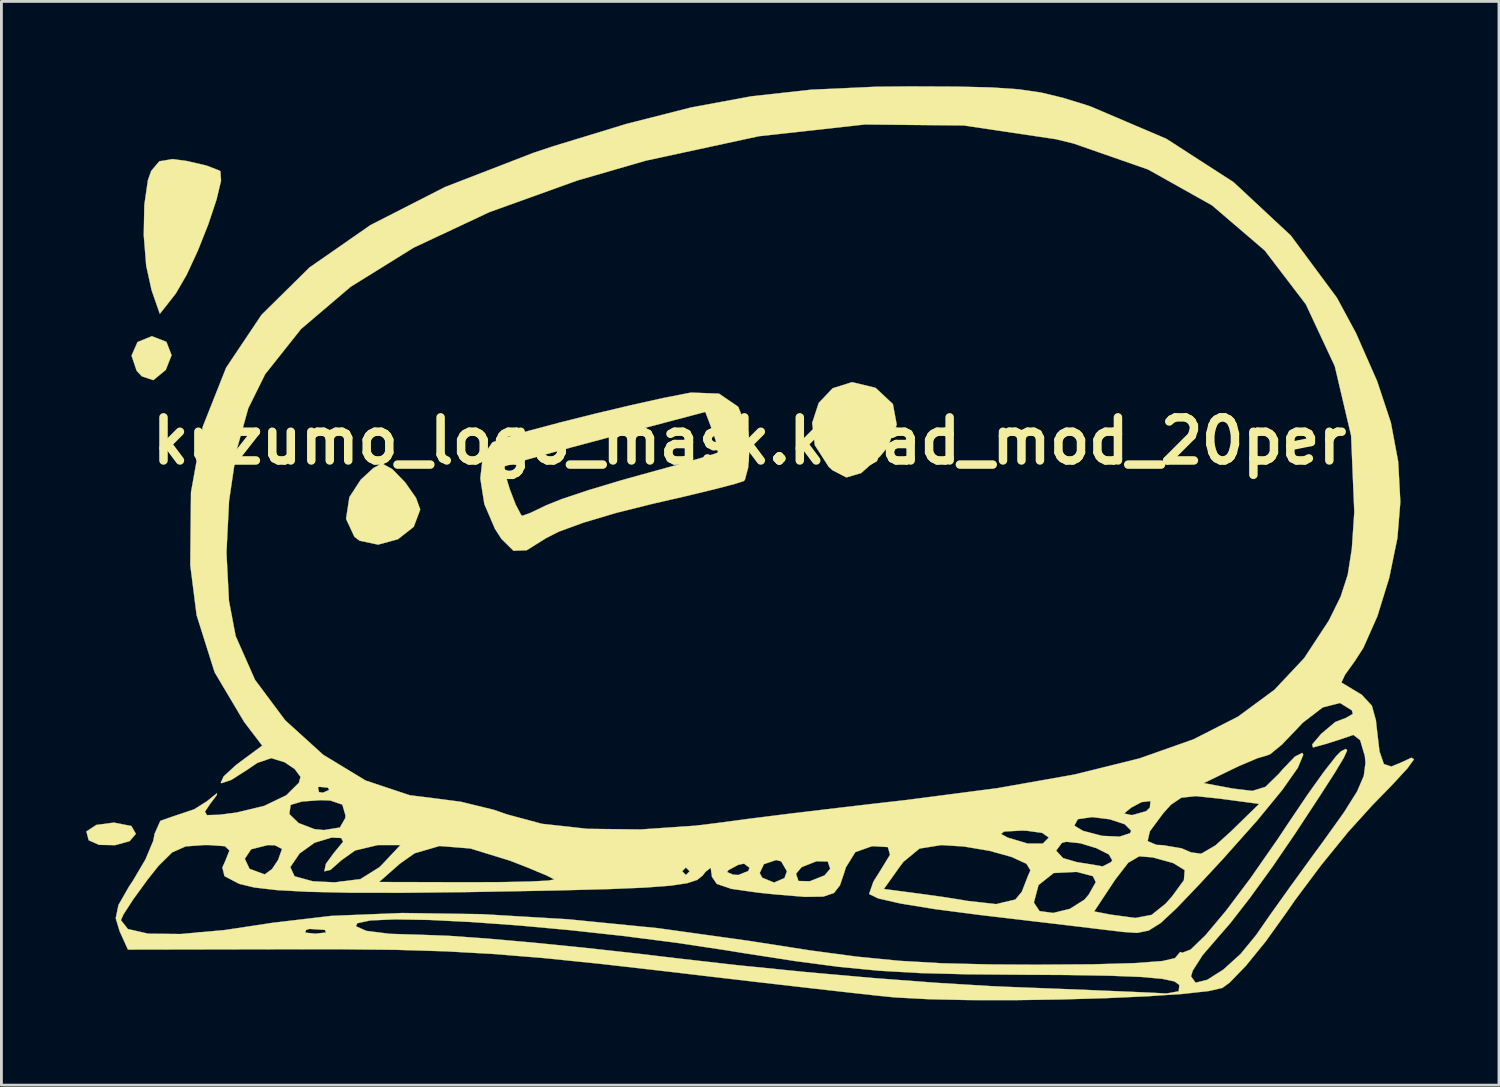
<source format=kicad_pcb>
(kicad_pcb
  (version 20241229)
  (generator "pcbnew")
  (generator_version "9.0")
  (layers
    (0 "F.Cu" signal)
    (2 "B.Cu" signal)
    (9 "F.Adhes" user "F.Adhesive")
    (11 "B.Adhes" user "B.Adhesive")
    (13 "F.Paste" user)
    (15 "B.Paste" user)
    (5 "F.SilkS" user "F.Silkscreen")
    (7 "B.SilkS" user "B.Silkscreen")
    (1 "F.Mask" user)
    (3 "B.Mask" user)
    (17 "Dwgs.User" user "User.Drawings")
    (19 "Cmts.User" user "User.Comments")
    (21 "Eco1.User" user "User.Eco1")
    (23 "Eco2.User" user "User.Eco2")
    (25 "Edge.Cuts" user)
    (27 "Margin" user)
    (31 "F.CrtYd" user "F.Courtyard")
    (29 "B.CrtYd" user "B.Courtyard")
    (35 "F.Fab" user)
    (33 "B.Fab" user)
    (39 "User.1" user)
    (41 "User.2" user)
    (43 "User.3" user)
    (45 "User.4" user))
  (footprint "kuzumo_logo_mask.kicad_mod_20per"
    (layer "F.Cu")
    (at 23.45 12.541)
    (property "Reference" "kuzumo_logo_mask.kicad_mod_20per" (at 0 0 0) (layer "F.SilkS") (effects (font (size 1.524 1.524) (thickness 0.3))))
    (attr through_hole)
    (fp_poly (pts (xy -21.855 13.614) (xy -21.696 13.891) (xy -21.918 14.15) (xy -22.43 14.291) (xy -22.998 14.28) (xy -23.364 14.118) (xy -23.445 13.807) (xy -23.095 13.576) (xy -22.474 13.494) (xy -21.855 13.614)) (stroke (width 0.01) (type solid)) (fill yes) (layer "F.SilkS"))
    (fp_poly (pts (xy -20.616 -3.504) (xy -20.434 -3.032) (xy -20.64 -2.51) (xy -21.081 -2.15) (xy -21.484 -2.285) (xy -21.668 -2.48) (xy -21.849 -3.017) (xy -21.638 -3.497) (xy -21.13 -3.704) (xy -20.616 -3.504)) (stroke (width 0.01) (type solid)) (fill yes) (layer "F.SilkS"))
    (fp_poly (pts (xy -12.631 0.994) (xy -12.173 1.466) (xy -11.79 2.014) (xy -11.642 2.423) (xy -11.871 3.035) (xy -12.431 3.475) (xy -13.133 3.665) (xy -13.789 3.526) (xy -13.97 3.387) (xy -14.265 2.754) (xy -14.147 1.988) (xy -13.748 1.373) (xy -13.3 0.959) (xy -13 0.794) (xy -12.631 0.994)) (stroke (width 0.01) (type solid)) (fill yes) (layer "F.SilkS"))
    (fp_poly (pts (xy 4.437 -1.884) (xy 4.47 -1.867) (xy 5.069 -1.306) (xy 5.206 -0.574) (xy 4.876 0.229) (xy 4.614 0.546) (xy 3.947 1.135) (xy 3.425 1.289) (xy 2.93 1.032) (xy 2.797 0.908) (xy 2.31 0.15) (xy 2.216 -0.638) (xy 2.448 -1.346) (xy 2.94 -1.863) (xy 3.625 -2.079) (xy 4.437 -1.884)) (stroke (width 0.01) (type solid)) (fill yes) (layer "F.SilkS"))
    (fp_poly (pts (xy -19.896 -9.899) (xy -19.2 -9.737) (xy -18.746 -9.562) (xy -18.706 -9.533) (xy -18.685 -9.201) (xy -18.845 -8.531) (xy -19.135 -7.661) (xy -19.504 -6.73) (xy -19.901 -5.874) (xy -20.274 -5.231) (xy -20.341 -5.14) (xy -20.849 -4.494) (xy -21.14 -5.329) (xy -21.331 -6.197) (xy -21.417 -7.271) (xy -21.397 -8.347) (xy -21.27 -9.223) (xy -21.152 -9.552) (xy -20.866 -9.889) (xy -20.397 -9.966) (xy -19.896 -9.899)) (stroke (width 0.01) (type solid)) (fill yes) (layer "F.SilkS"))
    (fp_poly (pts (xy -1.08 -1.674) (xy -0.4 -1.21) (xy -0.047 -0.342) (xy 0 0.249) (xy -0.047 0.942) (xy -0.163 1.372) (xy -0.203 1.417) (xy -0.527 1.521) (xy -1.259 1.712) (xy -2.287 1.96) (xy -3.444 2.226) (xy -4.721 2.545) (xy -5.869 2.887) (xy -6.752 3.21) (xy -7.199 3.439) (xy -7.877 3.864) (xy -8.346 3.882) (xy -8.77 3.463) (xy -8.999 3.109) (xy -9.375 2.233) (xy -9.518 1.323) (xy -9.469 0.9) (xy -8.661 0.9) (xy -8.638 1.173) (xy -8.479 1.699) (xy -8.266 2.252) (xy -8.079 2.609) (xy -8.031 2.646) (xy -7.735 2.538) (xy -7.197 2.279) (xy -6.639 2.055) (xy -5.718 1.747) (xy -4.582 1.405) (xy -3.836 1.196) (xy -2.733 0.893) (xy -1.841 0.639) (xy -1.269 0.465) (xy -1.117 0.409) (xy -1.146 0.141) (xy -1.303 -0.344) (xy -1.562 -1.027) (xy -5.075 -0.1) (xy -6.357 0.242) (xy -7.441 0.538) (xy -8.23 0.761) (xy -8.631 0.886) (xy -8.661 0.9) (xy -9.469 0.9) (xy -9.427 0.543) (xy -9.097 0.058) (xy -9.062 0.038) (xy -8.616 -0.124) (xy -7.78 -0.366) (xy -6.679 -0.659) (xy -5.439 -0.969) (xy -4.187 -1.266) (xy -3.05 -1.519) (xy -2.152 -1.695) (xy -2.061 -1.71) (xy -1.08 -1.674)) (stroke (width 0.01) (type solid)) (fill yes) (layer "F.SilkS"))
    (fp_poly (pts (xy 7.333 -12.529) (xy 8.57 -12.499) (xy 9.524 -12.433) (xy 10.315 -12.317) (xy 11.067 -12.136) (xy 11.902 -11.879) (xy 12.059 -11.827) (xy 14.738 -10.684) (xy 17.113 -9.151) (xy 19.138 -7.264) (xy 20.769 -5.063) (xy 21.441 -3.817) (xy 22.194 -2.107) (xy 22.677 -0.649) (xy 22.935 0.728) (xy 23.012 2.155) (xy 22.908 3.43) (xy 22.619 4.839) (xy 22.2 6.196) (xy 21.703 7.316) (xy 21.402 7.783) (xy 21.053 8.27) (xy 20.931 8.536) (xy 20.938 8.547) (xy 21.647 8.974) (xy 22.005 9.361) (xy 22.148 9.877) (xy 22.169 10.081) (xy 22.274 10.974) (xy 22.429 11.423) (xy 22.692 11.511) (xy 23.015 11.379) (xy 23.403 11.2) (xy 23.494 11.253) (xy 23.265 11.572) (xy 22.692 12.193) (xy 22.024 12.877) (xy 21.174 13.815) (xy 20.209 15.001) (xy 19.29 16.231) (xy 18.965 16.7) (xy 18.248 17.699) (xy 17.553 18.554) (xy 16.978 19.148) (xy 16.719 19.338) (xy 16.24 19.449) (xy 15.331 19.549) (xy 14.091 19.633) (xy 12.617 19.7) (xy 11.009 19.747) (xy 9.365 19.771) (xy 7.784 19.769) (xy 6.365 19.739) (xy 5.206 19.678) (xy 5.027 19.663) (xy 4.438 19.603) (xy 3.411 19.489) (xy 2.032 19.333) (xy 0.387 19.144) (xy -1.436 18.931) (xy -2.91 18.757) (xy -5.281 18.486) (xy -7.276 18.283) (xy -9.044 18.139) (xy -10.734 18.045) (xy -12.493 17.992) (xy -14.47 17.972) (xy -15.816 17.971) (xy -21.976 17.983) (xy -22.272 17.332) (xy -22.387 16.943) (xy -22.225 16.943) (xy -21.978 17.257) (xy -21.26 17.421) (xy -20.111 17.433) (xy -19.563 17.384) (xy -15.71 17.384) (xy -15.346 17.421) (xy -14.97 17.379) (xy -15.015 17.287) (xy -15.557 17.252) (xy -15.677 17.287) (xy -15.71 17.384) (xy -19.563 17.384) (xy -18.568 17.294) (xy -17.67 17.159) (xy -13.915 17.159) (xy -13.546 17.322) (xy -12.719 17.426) (xy -11.525 17.463) (xy -10.638 17.496) (xy -9.329 17.589) (xy -7.702 17.732) (xy -5.861 17.916) (xy -3.909 18.131) (xy -2.611 18.286) (xy -0.409 18.537) (xy 1.965 18.775) (xy 4.351 18.987) (xy 6.591 19.157) (xy 8.524 19.274) (xy 9.128 19.301) (xy 10.743 19.363) (xy 12.206 19.422) (xy 13.423 19.473) (xy 14.3 19.512) (xy 14.742 19.536) (xy 14.742 19.536) (xy 15.175 19.458) (xy 15.197 19.234) (xy 15.03 19.111) (xy 14.601 19.018) (xy 13.852 18.951) (xy 12.727 18.907) (xy 11.171 18.881) (xy 9.715 18.873) (xy 7.696 18.857) (xy 6.041 18.814) (xy 4.585 18.731) (xy 3.164 18.594) (xy 1.613 18.389) (xy -0.233 18.103) (xy -0.794 18.012) (xy -2.592 17.741) (xy -4.464 17.501) (xy -6.342 17.296) (xy -8.156 17.13) (xy -9.839 17.009) (xy -11.32 16.935) (xy -12.532 16.915) (xy -13.404 16.952) (xy -13.869 17.051) (xy -13.915 17.159) (xy -17.67 17.159) (xy -16.867 17.037) (xy -14.78 16.791) (xy -12.28 16.69) (xy -9.461 16.731) (xy -6.417 16.911) (xy -3.242 17.226) (xy -0.031 17.673) (xy 0.132 17.699) (xy 2.136 18.011) (xy 3.797 18.233) (xy 5.294 18.38) (xy 6.804 18.467) (xy 8.503 18.508) (xy 10.12 18.517) (xy 12.139 18.504) (xy 13.632 18.461) (xy 14.6 18.388) (xy 15.047 18.285) (xy 15.081 18.241) (xy 15.228 18.067) (xy 15.3 18.096) (xy 15.598 17.982) (xy 16.127 17.47) (xy 16.846 16.613) (xy 17.71 15.464) (xy 18.676 14.077) (xy 19.065 13.492) (xy 19.728 12.51) (xy 20.312 11.692) (xy 20.742 11.144) (xy 20.911 10.975) (xy 21.085 10.887) (xy 21.13 10.942) (xy 21.013 11.2) (xy 20.702 11.718) (xy 20.164 12.554) (xy 19.368 13.766) (xy 19.277 13.904) (xy 18.487 15.06) (xy 17.694 16.154) (xy 17 17.048) (xy 16.566 17.547) (xy 16.018 18.183) (xy 15.673 18.724) (xy 15.61 18.929) (xy 15.772 19.153) (xy 16.186 19.051) (xy 16.751 18.692) (xy 17.362 18.14) (xy 17.917 17.464) (xy 17.937 17.434) (xy 18.411 16.751) (xy 19.09 15.8) (xy 19.861 14.735) (xy 20.267 14.182) (xy 21.016 13.136) (xy 21.483 12.392) (xy 21.719 11.843) (xy 21.778 11.382) (xy 21.756 11.139) (xy 21.591 10.58) (xy 21.353 10.393) (xy 21.333 10.399) (xy 20.862 10.559) (xy 20.373 10.714) (xy 19.922 10.837) (xy 19.896 10.729) (xy 20.215 10.354) (xy 20.707 9.939) (xy 21.091 9.79) (xy 21.332 9.65) (xy 21.299 9.525) (xy 20.877 9.264) (xy 20.266 9.421) (xy 19.556 9.966) (xy 19.35 10.186) (xy 18.822 10.737) (xy 18.418 11.069) (xy 18.312 11.113) (xy 17.951 11.22) (xy 17.32 11.488) (xy 17.074 11.605) (xy 16.062 12.097) (xy 17.091 12.29) (xy 17.779 12.373) (xy 18.241 12.23) (xy 18.716 11.767) (xy 18.85 11.61) (xy 19.283 11.161) (xy 19.545 11.028) (xy 19.579 11.095) (xy 19.39 11.551) (xy 18.838 12.337) (xy 17.948 13.421) (xy 16.745 14.773) (xy 15.9 15.683) (xy 15.096 16.524) (xy 14.537 17.044) (xy 14.111 17.311) (xy 13.702 17.393) (xy 13.199 17.359) (xy 13.122 17.349) (xy 12.468 17.271) (xy 11.418 17.145) (xy 10.098 16.989) (xy 8.638 16.817) (xy 8.136 16.758) (xy 6.554 16.552) (xy 5.343 16.355) (xy 4.554 16.175) (xy 4.237 16.022) (xy 4.233 16.005) (xy 4.29 15.841) (xy 4.751 15.841) (xy 6.013 16.007) (xy 6.848 16.123) (xy 7.5 16.226) (xy 7.673 16.258) (xy 8.722 16.376) (xy 8.944 16.322) (xy 10.054 16.322) (xy 10.255 16.623) (xy 10.738 16.688) (xy 10.957 16.634) (xy 12.186 16.634) (xy 12.774 16.748) (xy 13.641 16.865) (xy 14.216 16.757) (xy 14.714 16.359) (xy 14.946 16.095) (xy 15.358 15.531) (xy 15.387 15.173) (xy 14.982 14.924) (xy 14.254 14.723) (xy 13.778 14.686) (xy 13.392 14.912) (xy 12.938 15.499) (xy 12.873 15.596) (xy 12.186 16.634) (xy 10.957 16.634) (xy 11.328 16.543) (xy 11.846 16.215) (xy 11.994 16.038) (xy 12.243 15.599) (xy 12.141 15.387) (xy 11.607 15.246) (xy 11.563 15.237) (xy 10.756 15.276) (xy 10.219 15.701) (xy 10.054 16.322) (xy 8.944 16.322) (xy 9.401 16.213) (xy 9.627 15.941) (xy 9.844 15.381) (xy 9.933 15.181) (xy 9.794 14.95) (xy 9.265 14.707) (xy 8.48 14.49) (xy 8.449 14.485) (xy 10.841 14.485) (xy 11.087 14.749) (xy 11.576 14.892) (xy 12.174 14.986) (xy 12.486 15.042) (xy 12.775 14.896) (xy 12.826 14.827) (xy 12.707 14.62) (xy 12.263 14.396) (xy 11.695 14.223) (xy 11.2 14.171) (xy 11.046 14.21) (xy 10.841 14.485) (xy 8.449 14.485) (xy 7.576 14.338) (xy 6.78 14.288) (xy 6.01 14.412) (xy 5.444 14.879) (xy 5.304 15.064) (xy 4.751 15.841) (xy 4.29 15.841) (xy 4.381 15.58) (xy 4.622 15.198) (xy 4.968 14.632) (xy 4.893 14.359) (xy 4.378 14.328) (xy 4.308 14.336) (xy 3.74 14.538) (xy 3.409 15.074) (xy 3.344 15.28) (xy 3.197 15.713) (xy 2.986 15.982) (xy 2.608 16.11) (xy 1.959 16.119) (xy 0.936 16.035) (xy 0.303 15.97) (xy -0.644 15.835) (xy -1.157 15.66) (xy -1.329 15.409) (xy -1.331 15.374) (xy -1.351 15.242) (xy -0.794 15.242) (xy -0.578 15.334) (xy -0.397 15.346) (xy -0.219 15.276) (xy 0.361 15.276) (xy 0.448 15.441) (xy 0.869 15.613) (xy 1.236 15.455) (xy 1.291 15.302) (xy 1.645 15.302) (xy 1.731 15.558) (xy 2.133 15.567) (xy 2.655 15.36) (xy 2.853 15.125) (xy 2.767 14.869) (xy 2.365 14.861) (xy 1.843 15.068) (xy 1.645 15.302) (xy 1.291 15.302) (xy 1.323 15.214) (xy 1.119 14.863) (xy 0.942 14.817) (xy 0.509 14.963) (xy 0.361 15.276) (xy -0.219 15.276) (xy -0.045 15.207) (xy 0 15.09) (xy -0.194 14.944) (xy -0.397 14.986) (xy -0.745 15.173) (xy -0.794 15.242) (xy -1.351 15.242) (xy -1.373 15.088) (xy -1.559 15.238) (xy -1.662 15.37) (xy -1.851 15.52) (xy -2.206 15.636) (xy -2.796 15.724) (xy -3.69 15.791) (xy -4.958 15.844) (xy -6.669 15.889) (xy -7.144 15.899) (xy -9.949 15.95) (xy -12.268 15.975) (xy -14.142 15.972) (xy -15.613 15.94) (xy -16.722 15.879) (xy -17.512 15.787) (xy -18.024 15.663) (xy -18.068 15.646) (xy -18.564 15.385) (xy -18.637 15.081) (xy -18.522 14.819) (xy -18.504 14.774) (xy -17.845 14.774) (xy -17.677 15.128) (xy -17.141 15.325) (xy -16.884 15.138) (xy -16.836 15.067) (xy -16.236 15.067) (xy -16.085 15.392) (xy -15.442 15.568) (xy -14.664 15.606) (xy -14.565 15.594) (xy -13.097 15.594) (xy -9.944 15.602) (xy -8.736 15.597) (xy -7.76 15.576) (xy -7.116 15.544) (xy -6.9 15.503) (xy -6.901 15.501) (xy -7.189 15.356) (xy -7.53 15.214) (xy -2.381 15.214) (xy -2.249 15.346) (xy -2.117 15.214) (xy -2.249 15.081) (xy -2.381 15.214) (xy -7.53 15.214) (xy -7.823 15.091) (xy -8.467 14.84) (xy -9.867 14.409) (xy -10.959 14.321) (xy -11.839 14.578) (xy -12.355 14.941) (xy -13.097 15.594) (xy -14.565 15.594) (xy -13.757 15.491) (xy -13.088 15.073) (xy -12.965 14.949) (xy -12.343 14.288) (xy -13.142 14.288) (xy -13.944 14.479) (xy -14.421 14.818) (xy -14.814 15.164) (xy -15.034 15.217) (xy -14.977 14.95) (xy -14.686 14.554) (xy -14.369 14.17) (xy -14.436 14.038) (xy -14.776 14.023) (xy -15.375 14.204) (xy -15.906 14.583) (xy -16.236 15.067) (xy -16.836 15.067) (xy -16.669 14.817) (xy -16.528 14.424) (xy -16.779 14.296) (xy -17.028 14.288) (xy -17.622 14.437) (xy -17.845 14.774) (xy -18.504 14.774) (xy -18.388 14.48) (xy -18.546 14.328) (xy -19.102 14.288) (xy -19.293 14.288) (xy -19.936 14.335) (xy -20.415 14.547) (xy -20.903 15.031) (xy -21.287 15.516) (xy -21.792 16.21) (xy -22.133 16.737) (xy -22.225 16.943) (xy -22.387 16.943) (xy -22.408 16.873) (xy -22.312 16.407) (xy -21.939 15.756) (xy -21.802 15.551) (xy -21.357 14.795) (xy -21.08 14.135) (xy -21.035 13.895) (xy 8.893 13.895) (xy 9.128 14.023) (xy 9.835 14.234) (xy 10.373 14.233) (xy 10.459 14.147) (xy 14.076 14.147) (xy 14.387 14.281) (xy 14.618 14.292) (xy 15.281 14.404) (xy 15.61 14.546) (xy 15.97 14.594) (xy 16.473 14.301) (xy 17.013 13.814) (xy 18.02 12.832) (xy 16.617 12.645) (xy 15.778 12.557) (xy 15.269 12.613) (xy 14.896 12.863) (xy 14.62 13.174) (xy 14.154 13.803) (xy 14.076 14.147) (xy 10.459 14.147) (xy 10.583 14.023) (xy 10.35 13.857) (xy 9.771 13.778) (xy 9.591 13.777) (xy 9.003 13.81) (xy 8.893 13.895) (xy -21.035 13.895) (xy -21.035 13.891) (xy -20.832 13.432) (xy -20.373 13.271) (xy -19.637 13.025) (xy -19.187 12.742) (xy -18.829 12.453) (xy -18.839 12.525) (xy -19.055 12.81) (xy -19.254 13.105) (xy -19.184 13.229) (xy -18.753 13.217) (xy -18.545 13.191) (xy -16.27 13.191) (xy -15.941 13.51) (xy -15.382 13.724) (xy -15.049 13.758) (xy -14.482 13.667) (xy -14.292 13.333) (xy -14.287 13.229) (xy -14.397 12.857) (xy -14.82 12.713) (xy -15.169 12.7) (xy -15.822 12.748) (xy -16.214 12.864) (xy -16.225 12.874) (xy -16.27 13.191) (xy -18.545 13.191) (xy -18.143 13.139) (xy -17.159 12.903) (xy -16.379 12.528) (xy -16.107 12.259) (xy -15.258 12.259) (xy -15.221 12.416) (xy -15.081 12.435) (xy -14.863 12.339) (xy -14.905 12.259) (xy -15.219 12.227) (xy -15.258 12.259) (xy -16.107 12.259) (xy -15.932 12.086) (xy -15.875 11.875) (xy -16.081 11.599) (xy -16.436 11.36) (xy -16.908 11.214) (xy -17.399 11.381) (xy -17.78 11.639) (xy -18.32 11.983) (xy -18.663 12.099) (xy -18.695 12.085) (xy -18.593 11.862) (xy -18.174 11.474) (xy -18.028 11.362) (xy -17.229 10.772) (xy -17.867 9.935) (xy -18.912 8.178) (xy -19.548 6.16) (xy -19.773 4.387) (xy -19.769 3.946) (xy -18.493 3.946) (xy -18.405 5.649) (xy -18.169 6.895) (xy -17.483 8.447) (xy -16.417 9.876) (xy -15.077 11.092) (xy -13.573 12.006) (xy -12.009 12.527) (xy -11.346 12.608) (xy -10.208 12.756) (xy -9.033 13.043) (xy -8.563 13.207) (xy -7.337 13.536) (xy -5.727 13.714) (xy -3.859 13.736) (xy -1.894 13.601) (xy 11.485 13.601) (xy 11.792 13.785) (xy 12.468 13.962) (xy 13.085 13.989) (xy 13.456 13.868) (xy 13.494 13.779) (xy 13.266 13.551) (xy 12.732 13.375) (xy 12.115 13.299) (xy 11.636 13.368) (xy 11.6 13.387) (xy 11.485 13.601) (xy -1.894 13.601) (xy -1.856 13.598) (xy -0.968 13.486) (xy -0.092 13.368) (xy 1.178 13.208) (xy 1.495 13.17) (xy 13.246 13.17) (xy 13.484 13.224) (xy 13.544 13.225) (xy 14.023 13.09) (xy 14.155 12.965) (xy 14.177 12.731) (xy 13.861 12.77) (xy 13.494 12.965) (xy 13.246 13.17) (xy 1.495 13.17) (xy 2.712 13.023) (xy 4.376 12.828) (xy 5.558 12.693) (xy 8.763 12.276) (xy 11.489 11.794) (xy 13.784 11.225) (xy 15.696 10.55) (xy 17.272 9.747) (xy 18.562 8.796) (xy 19.613 7.676) (xy 20.472 6.368) (xy 20.504 6.31) (xy 20.901 5.503) (xy 21.151 4.734) (xy 21.296 3.817) (xy 21.38 2.566) (xy 21.383 2.502) (xy 21.27 -0.192) (xy 20.694 -2.643) (xy 19.671 -4.831) (xy 18.219 -6.733) (xy 16.354 -8.33) (xy 14.094 -9.598) (xy 11.455 -10.518) (xy 10.83 -10.67) (xy 7.576 -11.155) (xy 4.08 -11.19) (xy 0.333 -10.775) (xy -3.673 -9.909) (xy -6.085 -9.21) (xy -9.197 -8.091) (xy -11.876 -6.834) (xy -14.103 -5.451) (xy -15.859 -3.956) (xy -17.124 -2.362) (xy -17.722 -1.155) (xy -18.141 0.351) (xy -18.401 2.116) (xy -18.493 3.946) (xy -19.769 3.946) (xy -19.747 1.813) (xy -19.331 -0.506) (xy -18.505 -2.59) (xy -17.253 -4.46) (xy -15.557 -6.134) (xy -13.399 -7.634) (xy -10.762 -8.98) (xy -7.629 -10.191) (xy -6.933 -10.422) (xy -4.342 -11.213) (xy -2.063 -11.792) (xy 0.062 -12.186) (xy 2.193 -12.421) (xy 4.489 -12.525) (xy 5.689 -12.536) (xy 7.333 -12.529)) (stroke (width 0.01) (type solid)) (fill yes) (layer "F.SilkS")))
  (gr_rect
    (start -3 -3)
    (end 49.949 35.317)
    (stroke (width 0.1) (type default))
    (fill no)
    (layer "Edge.Cuts")))
</source>
